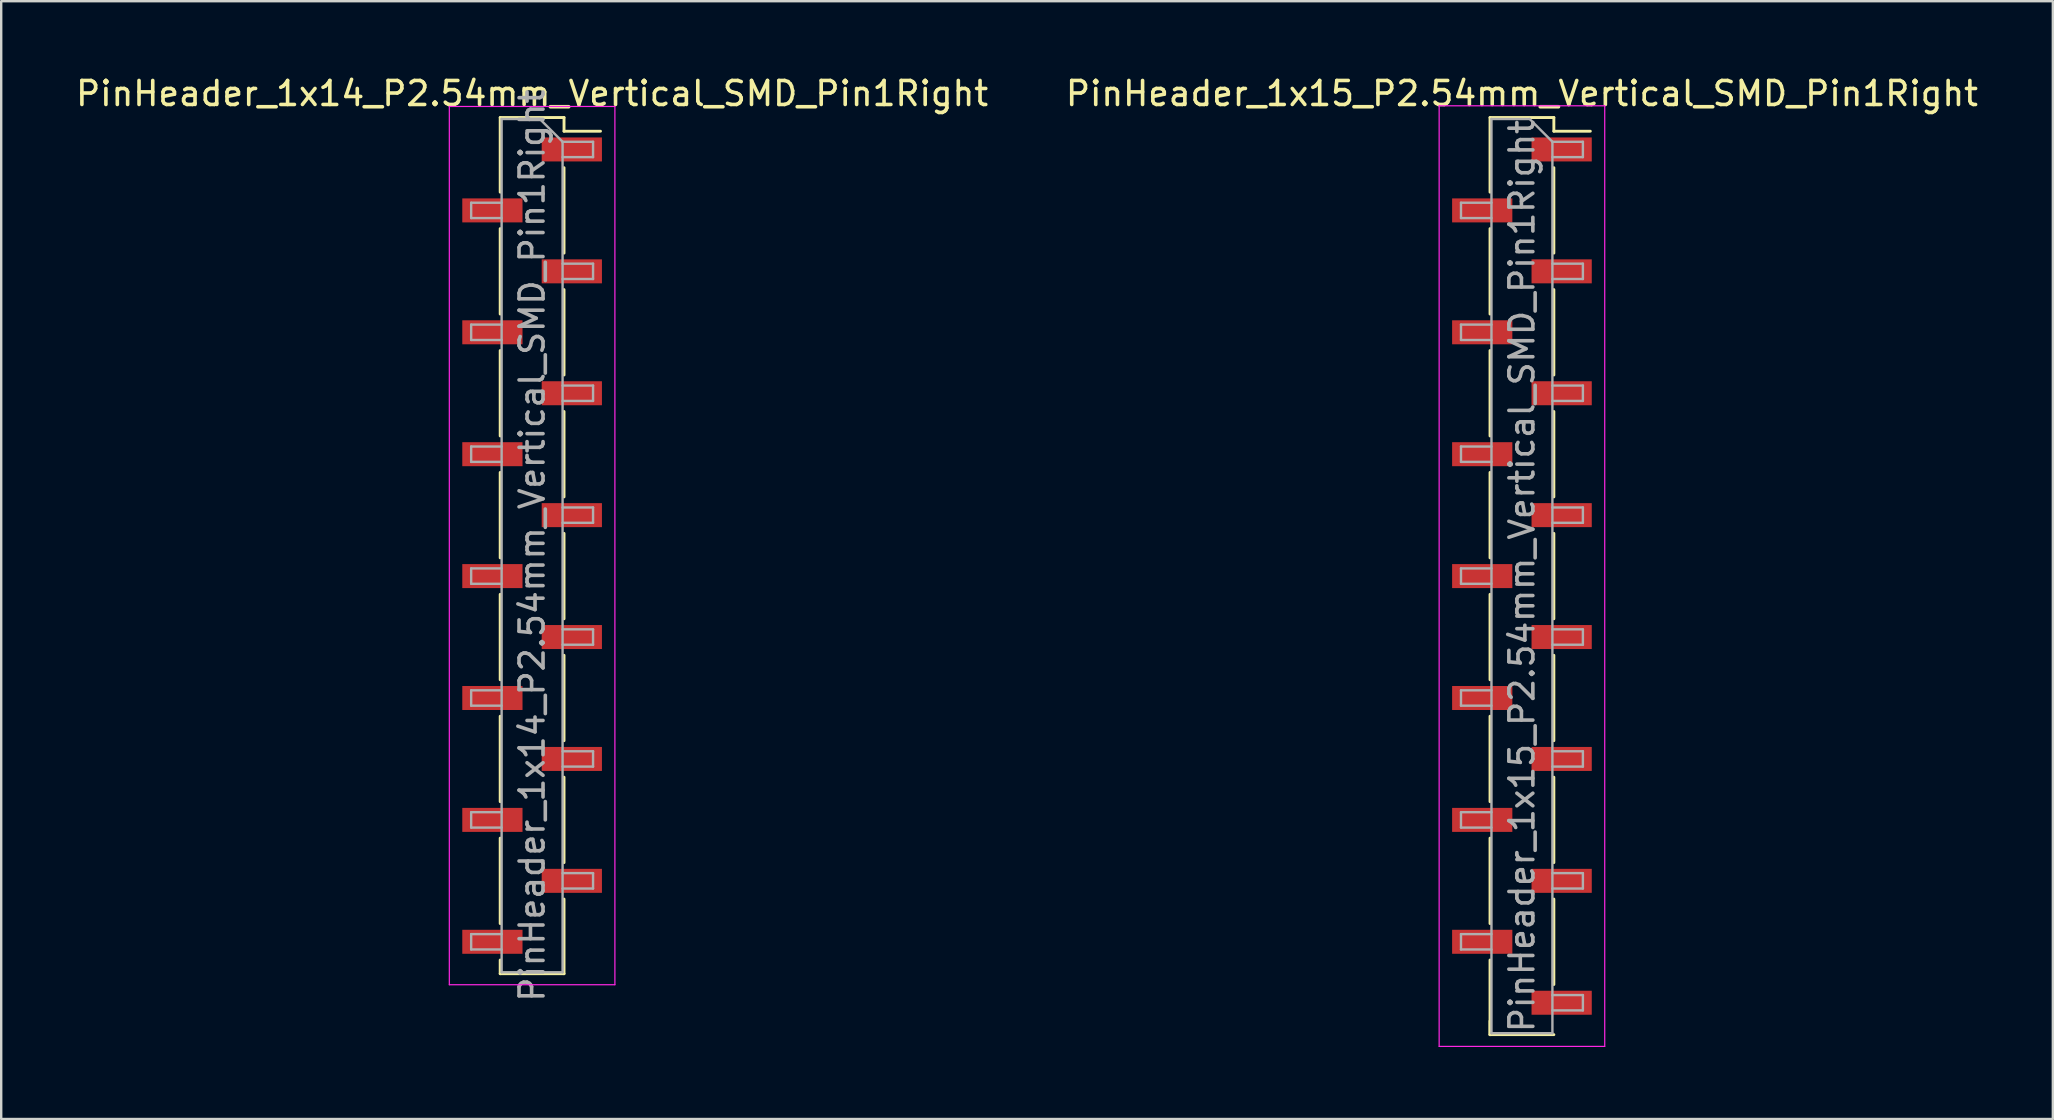
<source format=kicad_pcb>
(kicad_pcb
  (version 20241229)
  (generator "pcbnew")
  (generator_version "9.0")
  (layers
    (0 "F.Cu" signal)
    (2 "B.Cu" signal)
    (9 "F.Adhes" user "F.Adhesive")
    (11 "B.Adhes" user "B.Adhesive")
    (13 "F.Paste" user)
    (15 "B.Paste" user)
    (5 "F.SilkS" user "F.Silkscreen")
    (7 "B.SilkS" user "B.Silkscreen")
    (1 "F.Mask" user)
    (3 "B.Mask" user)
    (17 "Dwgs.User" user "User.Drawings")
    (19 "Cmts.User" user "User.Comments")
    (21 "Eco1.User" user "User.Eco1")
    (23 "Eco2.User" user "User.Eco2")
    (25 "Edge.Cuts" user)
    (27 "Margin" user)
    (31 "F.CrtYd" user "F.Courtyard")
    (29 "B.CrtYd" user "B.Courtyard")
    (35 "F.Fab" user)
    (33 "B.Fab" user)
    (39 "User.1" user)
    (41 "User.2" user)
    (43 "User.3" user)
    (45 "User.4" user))
  (footprint "PinHeader_1x15_P2.54mm_Vertical_SMD_Pin1Right"
    (layer "F.Cu")
    (at 60.375 20.958)
    (property "Reference" "PinHeader_1x15_P2.54mm_Vertical_SMD_Pin1Right" (at 0 -20.11 0) (layer "F.SilkS") (effects (font (size 1 1) (thickness 0.15))))
    (attr smd)
    (fp_line (start -1.33 -19.11) (end -1.33 -16) (stroke (width 0.12) (type solid)) (layer "F.SilkS"))
    (fp_line (start -1.33 -19.11) (end 1.33 -19.11) (stroke (width 0.12) (type solid)) (layer "F.SilkS"))
    (fp_line (start -1.33 -14.48) (end -1.33 -10.92) (stroke (width 0.12) (type solid)) (layer "F.SilkS"))
    (fp_line (start -1.33 -9.4) (end -1.33 -5.84) (stroke (width 0.12) (type solid)) (layer "F.SilkS"))
    (fp_line (start -1.33 -4.32) (end -1.33 -0.76) (stroke (width 0.12) (type solid)) (layer "F.SilkS"))
    (fp_line (start -1.33 0.76) (end -1.33 4.32) (stroke (width 0.12) (type solid)) (layer "F.SilkS"))
    (fp_line (start -1.33 5.84) (end -1.33 9.4) (stroke (width 0.12) (type solid)) (layer "F.SilkS"))
    (fp_line (start -1.33 10.92) (end -1.33 14.48) (stroke (width 0.12) (type solid)) (layer "F.SilkS"))
    (fp_line (start -1.33 16) (end -1.33 19.11) (stroke (width 0.12) (type solid)) (layer "F.SilkS"))
    (fp_line (start -1.33 18.54) (end -1.33 19.11) (stroke (width 0.12) (type solid)) (layer "F.SilkS"))
    (fp_line (start -1.33 19.11) (end 1.33 19.11) (stroke (width 0.12) (type solid)) (layer "F.SilkS"))
    (fp_line (start 1.33 -19.11) (end 1.33 -18.54) (stroke (width 0.12) (type solid)) (layer "F.SilkS"))
    (fp_line (start 1.33 -18.54) (end 2.85 -18.54) (stroke (width 0.12) (type solid)) (layer "F.SilkS"))
    (fp_line (start 1.33 -17.02) (end 1.33 -13.46) (stroke (width 0.12) (type solid)) (layer "F.SilkS"))
    (fp_line (start 1.33 -11.94) (end 1.33 -8.38) (stroke (width 0.12) (type solid)) (layer "F.SilkS"))
    (fp_line (start 1.33 -6.86) (end 1.33 -3.3) (stroke (width 0.12) (type solid)) (layer "F.SilkS"))
    (fp_line (start 1.33 -1.78) (end 1.33 1.78) (stroke (width 0.12) (type solid)) (layer "F.SilkS"))
    (fp_line (start 1.33 3.3) (end 1.33 6.86) (stroke (width 0.12) (type solid)) (layer "F.SilkS"))
    (fp_line (start 1.33 8.38) (end 1.33 11.94) (stroke (width 0.12) (type solid)) (layer "F.SilkS"))
    (fp_line (start 1.33 13.46) (end 1.33 17.02) (stroke (width 0.12) (type solid)) (layer "F.SilkS"))
    (fp_line (start -3.45 -19.6) (end -3.45 19.6) (stroke (width 0.05) (type solid)) (layer "F.CrtYd"))
    (fp_line (start -3.45 19.6) (end 3.45 19.6) (stroke (width 0.05) (type solid)) (layer "F.CrtYd"))
    (fp_line (start 3.45 -19.6) (end -3.45 -19.6) (stroke (width 0.05) (type solid)) (layer "F.CrtYd"))
    (fp_line (start 3.45 19.6) (end 3.45 -19.6) (stroke (width 0.05) (type solid)) (layer "F.CrtYd"))
    (fp_line (start -2.54 -15.56) (end -2.54 -14.92) (stroke (width 0.1) (type solid)) (layer "F.Fab"))
    (fp_line (start -2.54 -14.92) (end -1.27 -14.92) (stroke (width 0.1) (type solid)) (layer "F.Fab"))
    (fp_line (start -2.54 -10.48) (end -2.54 -9.84) (stroke (width 0.1) (type solid)) (layer "F.Fab"))
    (fp_line (start -2.54 -9.84) (end -1.27 -9.84) (stroke (width 0.1) (type solid)) (layer "F.Fab"))
    (fp_line (start -2.54 -5.4) (end -2.54 -4.76) (stroke (width 0.1) (type solid)) (layer "F.Fab"))
    (fp_line (start -2.54 -4.76) (end -1.27 -4.76) (stroke (width 0.1) (type solid)) (layer "F.Fab"))
    (fp_line (start -2.54 -0.32) (end -2.54 0.32) (stroke (width 0.1) (type solid)) (layer "F.Fab"))
    (fp_line (start -2.54 0.32) (end -1.27 0.32) (stroke (width 0.1) (type solid)) (layer "F.Fab"))
    (fp_line (start -2.54 4.76) (end -2.54 5.4) (stroke (width 0.1) (type solid)) (layer "F.Fab"))
    (fp_line (start -2.54 5.4) (end -1.27 5.4) (stroke (width 0.1) (type solid)) (layer "F.Fab"))
    (fp_line (start -2.54 9.84) (end -2.54 10.48) (stroke (width 0.1) (type solid)) (layer "F.Fab"))
    (fp_line (start -2.54 10.48) (end -1.27 10.48) (stroke (width 0.1) (type solid)) (layer "F.Fab"))
    (fp_line (start -2.54 14.92) (end -2.54 15.56) (stroke (width 0.1) (type solid)) (layer "F.Fab"))
    (fp_line (start -2.54 15.56) (end -1.27 15.56) (stroke (width 0.1) (type solid)) (layer "F.Fab"))
    (fp_line (start -1.27 -19.05) (end -1.27 19.05) (stroke (width 0.1) (type solid)) (layer "F.Fab"))
    (fp_line (start -1.27 -19.05) (end 0.32 -19.05) (stroke (width 0.1) (type solid)) (layer "F.Fab"))
    (fp_line (start -1.27 -15.56) (end -2.54 -15.56) (stroke (width 0.1) (type solid)) (layer "F.Fab"))
    (fp_line (start -1.27 -10.48) (end -2.54 -10.48) (stroke (width 0.1) (type solid)) (layer "F.Fab"))
    (fp_line (start -1.27 -5.4) (end -2.54 -5.4) (stroke (width 0.1) (type solid)) (layer "F.Fab"))
    (fp_line (start -1.27 -0.32) (end -2.54 -0.32) (stroke (width 0.1) (type solid)) (layer "F.Fab"))
    (fp_line (start -1.27 4.76) (end -2.54 4.76) (stroke (width 0.1) (type solid)) (layer "F.Fab"))
    (fp_line (start -1.27 9.84) (end -2.54 9.84) (stroke (width 0.1) (type solid)) (layer "F.Fab"))
    (fp_line (start -1.27 14.92) (end -2.54 14.92) (stroke (width 0.1) (type solid)) (layer "F.Fab"))
    (fp_line (start 1.27 -18.1) (end 0.32 -19.05) (stroke (width 0.1) (type solid)) (layer "F.Fab"))
    (fp_line (start 1.27 -18.1) (end 2.54 -18.1) (stroke (width 0.1) (type solid)) (layer "F.Fab"))
    (fp_line (start 1.27 -13.02) (end 2.54 -13.02) (stroke (width 0.1) (type solid)) (layer "F.Fab"))
    (fp_line (start 1.27 -7.94) (end 2.54 -7.94) (stroke (width 0.1) (type solid)) (layer "F.Fab"))
    (fp_line (start 1.27 -2.86) (end 2.54 -2.86) (stroke (width 0.1) (type solid)) (layer "F.Fab"))
    (fp_line (start 1.27 2.22) (end 2.54 2.22) (stroke (width 0.1) (type solid)) (layer "F.Fab"))
    (fp_line (start 1.27 7.3) (end 2.54 7.3) (stroke (width 0.1) (type solid)) (layer "F.Fab"))
    (fp_line (start 1.27 12.38) (end 2.54 12.38) (stroke (width 0.1) (type solid)) (layer "F.Fab"))
    (fp_line (start 1.27 17.46) (end 2.54 17.46) (stroke (width 0.1) (type solid)) (layer "F.Fab"))
    (fp_line (start 1.27 19.05) (end -1.27 19.05) (stroke (width 0.1) (type solid)) (layer "F.Fab"))
    (fp_line (start 1.27 19.05) (end 1.27 -18.1) (stroke (width 0.1) (type solid)) (layer "F.Fab"))
    (fp_line (start 2.54 -18.1) (end 2.54 -17.46) (stroke (width 0.1) (type solid)) (layer "F.Fab"))
    (fp_line (start 2.54 -17.46) (end 1.27 -17.46) (stroke (width 0.1) (type solid)) (layer "F.Fab"))
    (fp_line (start 2.54 -13.02) (end 2.54 -12.38) (stroke (width 0.1) (type solid)) (layer "F.Fab"))
    (fp_line (start 2.54 -12.38) (end 1.27 -12.38) (stroke (width 0.1) (type solid)) (layer "F.Fab"))
    (fp_line (start 2.54 -7.94) (end 2.54 -7.3) (stroke (width 0.1) (type solid)) (layer "F.Fab"))
    (fp_line (start 2.54 -7.3) (end 1.27 -7.3) (stroke (width 0.1) (type solid)) (layer "F.Fab"))
    (fp_line (start 2.54 -2.86) (end 2.54 -2.22) (stroke (width 0.1) (type solid)) (layer "F.Fab"))
    (fp_line (start 2.54 -2.22) (end 1.27 -2.22) (stroke (width 0.1) (type solid)) (layer "F.Fab"))
    (fp_line (start 2.54 2.22) (end 2.54 2.86) (stroke (width 0.1) (type solid)) (layer "F.Fab"))
    (fp_line (start 2.54 2.86) (end 1.27 2.86) (stroke (width 0.1) (type solid)) (layer "F.Fab"))
    (fp_line (start 2.54 7.3) (end 2.54 7.94) (stroke (width 0.1) (type solid)) (layer "F.Fab"))
    (fp_line (start 2.54 7.94) (end 1.27 7.94) (stroke (width 0.1) (type solid)) (layer "F.Fab"))
    (fp_line (start 2.54 12.38) (end 2.54 13.02) (stroke (width 0.1) (type solid)) (layer "F.Fab"))
    (fp_line (start 2.54 13.02) (end 1.27 13.02) (stroke (width 0.1) (type solid)) (layer "F.Fab"))
    (fp_line (start 2.54 17.46) (end 2.54 18.1) (stroke (width 0.1) (type solid)) (layer "F.Fab"))
    (fp_line (start 2.54 18.1) (end 1.27 18.1) (stroke (width 0.1) (type solid)) (layer "F.Fab"))
    (fp_text user "${REFERENCE}" (at 0 0 90) (layer "F.Fab") (effects (font (size 1 1) (thickness 0.15))))
    (pad "1" smd rect (at 1.655 -17.78) (size 2.51 1) (layers "F.Cu" "F.Mask" "F.Paste"))
    (pad "2" smd rect (at -1.655 -15.24) (size 2.51 1) (layers "F.Cu" "F.Mask" "F.Paste"))
    (pad "3" smd rect (at 1.655 -12.7) (size 2.51 1) (layers "F.Cu" "F.Mask" "F.Paste"))
    (pad "4" smd rect (at -1.655 -10.16) (size 2.51 1) (layers "F.Cu" "F.Mask" "F.Paste"))
    (pad "5" smd rect (at 1.655 -7.62) (size 2.51 1) (layers "F.Cu" "F.Mask" "F.Paste"))
    (pad "6" smd rect (at -1.655 -5.08) (size 2.51 1) (layers "F.Cu" "F.Mask" "F.Paste"))
    (pad "7" smd rect (at 1.655 -2.54) (size 2.51 1) (layers "F.Cu" "F.Mask" "F.Paste"))
    (pad "8" smd rect (at -1.655 0) (size 2.51 1) (layers "F.Cu" "F.Mask" "F.Paste"))
    (pad "9" smd rect (at 1.655 2.54) (size 2.51 1) (layers "F.Cu" "F.Mask" "F.Paste"))
    (pad "10" smd rect (at -1.655 5.08) (size 2.51 1) (layers "F.Cu" "F.Mask" "F.Paste"))
    (pad "11" smd rect (at 1.655 7.62) (size 2.51 1) (layers "F.Cu" "F.Mask" "F.Paste"))
    (pad "12" smd rect (at -1.655 10.16) (size 2.51 1) (layers "F.Cu" "F.Mask" "F.Paste"))
    (pad "13" smd rect (at 1.655 12.7) (size 2.51 1) (layers "F.Cu" "F.Mask" "F.Paste"))
    (pad "14" smd rect (at -1.655 15.24) (size 2.51 1) (layers "F.Cu" "F.Mask" "F.Paste"))
    (pad "15" smd rect (at 1.655 17.78) (size 2.51 1) (layers "F.Cu" "F.Mask" "F.Paste")))
  (footprint "PinHeader_1x14_P2.54mm_Vertical_SMD_Pin1Right"
    (layer "F.Cu")
    (at 19.125 19.688)
    (property "Reference" "PinHeader_1x14_P2.54mm_Vertical_SMD_Pin1Right" (at 0 -18.84 0) (layer "F.SilkS") (effects (font (size 1 1) (thickness 0.15))))
    (attr smd)
    (fp_line (start -1.33 -17.84) (end -1.33 -14.73) (stroke (width 0.12) (type solid)) (layer "F.SilkS"))
    (fp_line (start -1.33 -17.84) (end 1.33 -17.84) (stroke (width 0.12) (type solid)) (layer "F.SilkS"))
    (fp_line (start -1.33 -13.21) (end -1.33 -9.65) (stroke (width 0.12) (type solid)) (layer "F.SilkS"))
    (fp_line (start -1.33 -8.13) (end -1.33 -4.57) (stroke (width 0.12) (type solid)) (layer "F.SilkS"))
    (fp_line (start -1.33 -3.05) (end -1.33 0.51) (stroke (width 0.12) (type solid)) (layer "F.SilkS"))
    (fp_line (start -1.33 2.03) (end -1.33 5.59) (stroke (width 0.12) (type solid)) (layer "F.SilkS"))
    (fp_line (start -1.33 7.11) (end -1.33 10.67) (stroke (width 0.12) (type solid)) (layer "F.SilkS"))
    (fp_line (start -1.33 12.19) (end -1.33 15.75) (stroke (width 0.12) (type solid)) (layer "F.SilkS"))
    (fp_line (start -1.33 17.27) (end -1.33 17.84) (stroke (width 0.12) (type solid)) (layer "F.SilkS"))
    (fp_line (start -1.33 17.84) (end 1.33 17.84) (stroke (width 0.12) (type solid)) (layer "F.SilkS"))
    (fp_line (start 1.33 -17.84) (end 1.33 -17.27) (stroke (width 0.12) (type solid)) (layer "F.SilkS"))
    (fp_line (start 1.33 -17.27) (end 2.85 -17.27) (stroke (width 0.12) (type solid)) (layer "F.SilkS"))
    (fp_line (start 1.33 -15.75) (end 1.33 -12.19) (stroke (width 0.12) (type solid)) (layer "F.SilkS"))
    (fp_line (start 1.33 -10.67) (end 1.33 -7.11) (stroke (width 0.12) (type solid)) (layer "F.SilkS"))
    (fp_line (start 1.33 -5.59) (end 1.33 -2.03) (stroke (width 0.12) (type solid)) (layer "F.SilkS"))
    (fp_line (start 1.33 -0.51) (end 1.33 3.05) (stroke (width 0.12) (type solid)) (layer "F.SilkS"))
    (fp_line (start 1.33 4.57) (end 1.33 8.13) (stroke (width 0.12) (type solid)) (layer "F.SilkS"))
    (fp_line (start 1.33 9.65) (end 1.33 13.21) (stroke (width 0.12) (type solid)) (layer "F.SilkS"))
    (fp_line (start 1.33 14.73) (end 1.33 17.84) (stroke (width 0.12) (type solid)) (layer "F.SilkS"))
    (fp_line (start -3.45 -18.3) (end -3.45 18.3) (stroke (width 0.05) (type solid)) (layer "F.CrtYd"))
    (fp_line (start -3.45 18.3) (end 3.45 18.3) (stroke (width 0.05) (type solid)) (layer "F.CrtYd"))
    (fp_line (start 3.45 -18.3) (end -3.45 -18.3) (stroke (width 0.05) (type solid)) (layer "F.CrtYd"))
    (fp_line (start 3.45 18.3) (end 3.45 -18.3) (stroke (width 0.05) (type solid)) (layer "F.CrtYd"))
    (fp_line (start -2.54 -14.29) (end -2.54 -13.65) (stroke (width 0.1) (type solid)) (layer "F.Fab"))
    (fp_line (start -2.54 -13.65) (end -1.27 -13.65) (stroke (width 0.1) (type solid)) (layer "F.Fab"))
    (fp_line (start -2.54 -9.21) (end -2.54 -8.57) (stroke (width 0.1) (type solid)) (layer "F.Fab"))
    (fp_line (start -2.54 -8.57) (end -1.27 -8.57) (stroke (width 0.1) (type solid)) (layer "F.Fab"))
    (fp_line (start -2.54 -4.13) (end -2.54 -3.49) (stroke (width 0.1) (type solid)) (layer "F.Fab"))
    (fp_line (start -2.54 -3.49) (end -1.27 -3.49) (stroke (width 0.1) (type solid)) (layer "F.Fab"))
    (fp_line (start -2.54 0.95) (end -2.54 1.59) (stroke (width 0.1) (type solid)) (layer "F.Fab"))
    (fp_line (start -2.54 1.59) (end -1.27 1.59) (stroke (width 0.1) (type solid)) (layer "F.Fab"))
    (fp_line (start -2.54 6.03) (end -2.54 6.67) (stroke (width 0.1) (type solid)) (layer "F.Fab"))
    (fp_line (start -2.54 6.67) (end -1.27 6.67) (stroke (width 0.1) (type solid)) (layer "F.Fab"))
    (fp_line (start -2.54 11.11) (end -2.54 11.75) (stroke (width 0.1) (type solid)) (layer "F.Fab"))
    (fp_line (start -2.54 11.75) (end -1.27 11.75) (stroke (width 0.1) (type solid)) (layer "F.Fab"))
    (fp_line (start -2.54 16.19) (end -2.54 16.83) (stroke (width 0.1) (type solid)) (layer "F.Fab"))
    (fp_line (start -2.54 16.83) (end -1.27 16.83) (stroke (width 0.1) (type solid)) (layer "F.Fab"))
    (fp_line (start -1.27 -17.78) (end -1.27 17.78) (stroke (width 0.1) (type solid)) (layer "F.Fab"))
    (fp_line (start -1.27 -17.78) (end 0.32 -17.78) (stroke (width 0.1) (type solid)) (layer "F.Fab"))
    (fp_line (start -1.27 -14.29) (end -2.54 -14.29) (stroke (width 0.1) (type solid)) (layer "F.Fab"))
    (fp_line (start -1.27 -9.21) (end -2.54 -9.21) (stroke (width 0.1) (type solid)) (layer "F.Fab"))
    (fp_line (start -1.27 -4.13) (end -2.54 -4.13) (stroke (width 0.1) (type solid)) (layer "F.Fab"))
    (fp_line (start -1.27 0.95) (end -2.54 0.95) (stroke (width 0.1) (type solid)) (layer "F.Fab"))
    (fp_line (start -1.27 6.03) (end -2.54 6.03) (stroke (width 0.1) (type solid)) (layer "F.Fab"))
    (fp_line (start -1.27 11.11) (end -2.54 11.11) (stroke (width 0.1) (type solid)) (layer "F.Fab"))
    (fp_line (start -1.27 16.19) (end -2.54 16.19) (stroke (width 0.1) (type solid)) (layer "F.Fab"))
    (fp_line (start 1.27 -16.83) (end 0.32 -17.78) (stroke (width 0.1) (type solid)) (layer "F.Fab"))
    (fp_line (start 1.27 -16.83) (end 2.54 -16.83) (stroke (width 0.1) (type solid)) (layer "F.Fab"))
    (fp_line (start 1.27 -11.75) (end 2.54 -11.75) (stroke (width 0.1) (type solid)) (layer "F.Fab"))
    (fp_line (start 1.27 -6.67) (end 2.54 -6.67) (stroke (width 0.1) (type solid)) (layer "F.Fab"))
    (fp_line (start 1.27 -1.59) (end 2.54 -1.59) (stroke (width 0.1) (type solid)) (layer "F.Fab"))
    (fp_line (start 1.27 3.49) (end 2.54 3.49) (stroke (width 0.1) (type solid)) (layer "F.Fab"))
    (fp_line (start 1.27 8.57) (end 2.54 8.57) (stroke (width 0.1) (type solid)) (layer "F.Fab"))
    (fp_line (start 1.27 13.65) (end 2.54 13.65) (stroke (width 0.1) (type solid)) (layer "F.Fab"))
    (fp_line (start 1.27 17.78) (end -1.27 17.78) (stroke (width 0.1) (type solid)) (layer "F.Fab"))
    (fp_line (start 1.27 17.78) (end 1.27 -16.83) (stroke (width 0.1) (type solid)) (layer "F.Fab"))
    (fp_line (start 2.54 -16.83) (end 2.54 -16.19) (stroke (width 0.1) (type solid)) (layer "F.Fab"))
    (fp_line (start 2.54 -16.19) (end 1.27 -16.19) (stroke (width 0.1) (type solid)) (layer "F.Fab"))
    (fp_line (start 2.54 -11.75) (end 2.54 -11.11) (stroke (width 0.1) (type solid)) (layer "F.Fab"))
    (fp_line (start 2.54 -11.11) (end 1.27 -11.11) (stroke (width 0.1) (type solid)) (layer "F.Fab"))
    (fp_line (start 2.54 -6.67) (end 2.54 -6.03) (stroke (width 0.1) (type solid)) (layer "F.Fab"))
    (fp_line (start 2.54 -6.03) (end 1.27 -6.03) (stroke (width 0.1) (type solid)) (layer "F.Fab"))
    (fp_line (start 2.54 -1.59) (end 2.54 -0.95) (stroke (width 0.1) (type solid)) (layer "F.Fab"))
    (fp_line (start 2.54 -0.95) (end 1.27 -0.95) (stroke (width 0.1) (type solid)) (layer "F.Fab"))
    (fp_line (start 2.54 3.49) (end 2.54 4.13) (stroke (width 0.1) (type solid)) (layer "F.Fab"))
    (fp_line (start 2.54 4.13) (end 1.27 4.13) (stroke (width 0.1) (type solid)) (layer "F.Fab"))
    (fp_line (start 2.54 8.57) (end 2.54 9.21) (stroke (width 0.1) (type solid)) (layer "F.Fab"))
    (fp_line (start 2.54 9.21) (end 1.27 9.21) (stroke (width 0.1) (type solid)) (layer "F.Fab"))
    (fp_line (start 2.54 13.65) (end 2.54 14.29) (stroke (width 0.1) (type solid)) (layer "F.Fab"))
    (fp_line (start 2.54 14.29) (end 1.27 14.29) (stroke (width 0.1) (type solid)) (layer "F.Fab"))
    (fp_text user "${REFERENCE}" (at 0 0 90) (layer "F.Fab") (effects (font (size 1 1) (thickness 0.15))))
    (pad "1" smd rect (at 1.655 -16.51) (size 2.51 1) (layers "F.Cu" "F.Mask" "F.Paste"))
    (pad "2" smd rect (at -1.655 -13.97) (size 2.51 1) (layers "F.Cu" "F.Mask" "F.Paste"))
    (pad "3" smd rect (at 1.655 -11.43) (size 2.51 1) (layers "F.Cu" "F.Mask" "F.Paste"))
    (pad "4" smd rect (at -1.655 -8.89) (size 2.51 1) (layers "F.Cu" "F.Mask" "F.Paste"))
    (pad "5" smd rect (at 1.655 -6.35) (size 2.51 1) (layers "F.Cu" "F.Mask" "F.Paste"))
    (pad "6" smd rect (at -1.655 -3.81) (size 2.51 1) (layers "F.Cu" "F.Mask" "F.Paste"))
    (pad "7" smd rect (at 1.655 -1.27) (size 2.51 1) (layers "F.Cu" "F.Mask" "F.Paste"))
    (pad "8" smd rect (at -1.655 1.27) (size 2.51 1) (layers "F.Cu" "F.Mask" "F.Paste"))
    (pad "9" smd rect (at 1.655 3.81) (size 2.51 1) (layers "F.Cu" "F.Mask" "F.Paste"))
    (pad "10" smd rect (at -1.655 6.35) (size 2.51 1) (layers "F.Cu" "F.Mask" "F.Paste"))
    (pad "11" smd rect (at 1.655 8.89) (size 2.51 1) (layers "F.Cu" "F.Mask" "F.Paste"))
    (pad "12" smd rect (at -1.655 11.43) (size 2.51 1) (layers "F.Cu" "F.Mask" "F.Paste"))
    (pad "13" smd rect (at 1.655 13.97) (size 2.51 1) (layers "F.Cu" "F.Mask" "F.Paste"))
    (pad "14" smd rect (at -1.655 16.51) (size 2.51 1) (layers "F.Cu" "F.Mask" "F.Paste")))
  (gr_rect
    (start -3 -3)
    (end 82.5 43.583)
    (stroke (width 0.1) (type default))
    (fill no)
    (layer "Edge.Cuts")))
</source>
